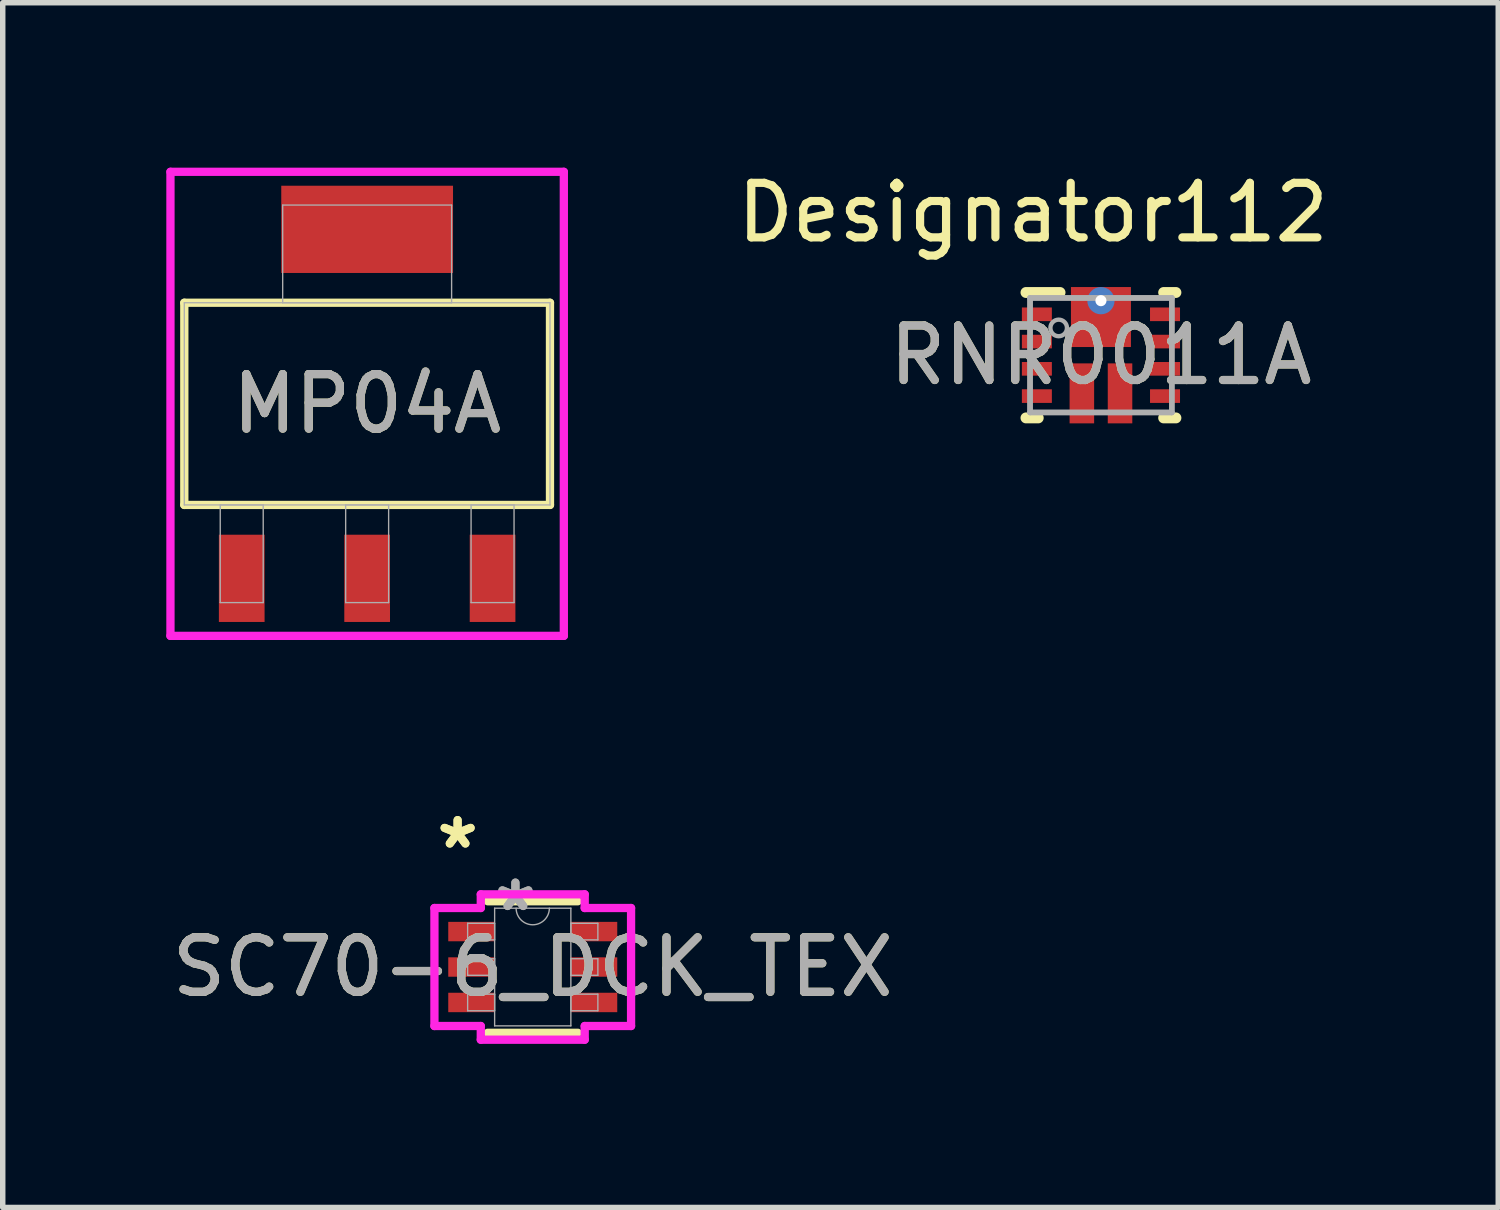
<source format=kicad_pcb>
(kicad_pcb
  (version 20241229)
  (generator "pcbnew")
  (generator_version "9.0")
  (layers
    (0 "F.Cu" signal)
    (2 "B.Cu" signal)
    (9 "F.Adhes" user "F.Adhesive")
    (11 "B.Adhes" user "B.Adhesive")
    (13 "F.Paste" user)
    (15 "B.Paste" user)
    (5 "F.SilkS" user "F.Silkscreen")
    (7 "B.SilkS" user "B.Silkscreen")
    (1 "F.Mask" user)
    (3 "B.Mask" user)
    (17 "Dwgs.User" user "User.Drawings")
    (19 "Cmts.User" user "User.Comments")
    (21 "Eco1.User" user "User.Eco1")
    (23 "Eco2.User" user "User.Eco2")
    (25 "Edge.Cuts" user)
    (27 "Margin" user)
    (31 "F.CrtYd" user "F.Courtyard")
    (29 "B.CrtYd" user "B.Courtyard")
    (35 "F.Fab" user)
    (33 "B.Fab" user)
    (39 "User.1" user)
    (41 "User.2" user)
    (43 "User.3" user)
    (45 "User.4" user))
  (footprint "SC70-6_DCK_TEX"
    (layer "F.Cu")
    (at 6.72 14.684)
    (property "Reference" "SC70-6_DCK_TEX" (at 0 0 0) (unlocked yes) (layer "F.SilkS") (effects (font (size 1 1) (thickness 0.15))))
    (attr smd)
    (fp_line (start -0.826 1.206) (end 0.826 1.206) (stroke (width 0.152) (type solid)) (layer "F.SilkS"))
    (fp_line (start 0.826 -1.206) (end -0.826 -1.206) (stroke (width 0.152) (type solid)) (layer "F.SilkS"))
    (fp_line (start -1.803 -1.082) (end -0.953 -1.082) (stroke (width 0.152) (type solid)) (layer "F.CrtYd"))
    (fp_line (start -1.803 1.082) (end -1.803 -1.082) (stroke (width 0.152) (type solid)) (layer "F.CrtYd"))
    (fp_line (start -1.803 1.082) (end -0.953 1.082) (stroke (width 0.152) (type solid)) (layer "F.CrtYd"))
    (fp_line (start -0.953 -1.333) (end 0.953 -1.333) (stroke (width 0.152) (type solid)) (layer "F.CrtYd"))
    (fp_line (start -0.953 -1.082) (end -0.953 -1.333) (stroke (width 0.152) (type solid)) (layer "F.CrtYd"))
    (fp_line (start -0.953 1.333) (end -0.953 1.082) (stroke (width 0.152) (type solid)) (layer "F.CrtYd"))
    (fp_line (start 0.953 -1.333) (end 0.953 -1.082) (stroke (width 0.152) (type solid)) (layer "F.CrtYd"))
    (fp_line (start 0.953 1.082) (end 0.953 1.333) (stroke (width 0.152) (type solid)) (layer "F.CrtYd"))
    (fp_line (start 0.953 1.333) (end -0.953 1.333) (stroke (width 0.152) (type solid)) (layer "F.CrtYd"))
    (fp_line (start 1.803 -1.082) (end 0.953 -1.082) (stroke (width 0.152) (type solid)) (layer "F.CrtYd"))
    (fp_line (start 1.803 -1.082) (end 1.803 1.082) (stroke (width 0.152) (type solid)) (layer "F.CrtYd"))
    (fp_line (start 1.803 1.082) (end 0.953 1.082) (stroke (width 0.152) (type solid)) (layer "F.CrtYd"))
    (fp_line (start -1.194 -0.802) (end -1.194 -0.498) (stroke (width 0.025) (type solid)) (layer "F.Fab"))
    (fp_line (start -1.194 -0.498) (end -0.699 -0.498) (stroke (width 0.025) (type solid)) (layer "F.Fab"))
    (fp_line (start -1.194 -0.152) (end -1.194 0.152) (stroke (width 0.025) (type solid)) (layer "F.Fab"))
    (fp_line (start -1.194 0.152) (end -0.699 0.152) (stroke (width 0.025) (type solid)) (layer "F.Fab"))
    (fp_line (start -1.194 0.498) (end -1.194 0.802) (stroke (width 0.025) (type solid)) (layer "F.Fab"))
    (fp_line (start -1.194 0.802) (end -0.699 0.802) (stroke (width 0.025) (type solid)) (layer "F.Fab"))
    (fp_line (start -0.699 -1.079) (end -0.699 1.079) (stroke (width 0.025) (type solid)) (layer "F.Fab"))
    (fp_line (start -0.699 -0.802) (end -1.194 -0.802) (stroke (width 0.025) (type solid)) (layer "F.Fab"))
    (fp_line (start -0.699 -0.498) (end -0.699 -0.802) (stroke (width 0.025) (type solid)) (layer "F.Fab"))
    (fp_line (start -0.699 -0.152) (end -1.194 -0.152) (stroke (width 0.025) (type solid)) (layer "F.Fab"))
    (fp_line (start -0.699 0.152) (end -0.699 -0.152) (stroke (width 0.025) (type solid)) (layer "F.Fab"))
    (fp_line (start -0.699 0.498) (end -1.194 0.498) (stroke (width 0.025) (type solid)) (layer "F.Fab"))
    (fp_line (start -0.699 0.802) (end -0.699 0.498) (stroke (width 0.025) (type solid)) (layer "F.Fab"))
    (fp_line (start -0.699 1.079) (end 0.699 1.079) (stroke (width 0.025) (type solid)) (layer "F.Fab"))
    (fp_line (start 0.699 -1.079) (end -0.699 -1.079) (stroke (width 0.025) (type solid)) (layer "F.Fab"))
    (fp_line (start 0.699 -0.802) (end 0.699 -0.498) (stroke (width 0.025) (type solid)) (layer "F.Fab"))
    (fp_line (start 0.699 -0.498) (end 1.194 -0.498) (stroke (width 0.025) (type solid)) (layer "F.Fab"))
    (fp_line (start 0.699 -0.152) (end 0.699 0.152) (stroke (width 0.025) (type solid)) (layer "F.Fab"))
    (fp_line (start 0.699 0.152) (end 1.194 0.152) (stroke (width 0.025) (type solid)) (layer "F.Fab"))
    (fp_line (start 0.699 0.498) (end 0.699 0.802) (stroke (width 0.025) (type solid)) (layer "F.Fab"))
    (fp_line (start 0.699 0.802) (end 1.194 0.802) (stroke (width 0.025) (type solid)) (layer "F.Fab"))
    (fp_line (start 0.699 1.079) (end 0.699 -1.079) (stroke (width 0.025) (type solid)) (layer "F.Fab"))
    (fp_line (start 1.194 -0.802) (end 0.699 -0.802) (stroke (width 0.025) (type solid)) (layer "F.Fab"))
    (fp_line (start 1.194 -0.498) (end 1.194 -0.802) (stroke (width 0.025) (type solid)) (layer "F.Fab"))
    (fp_line (start 1.194 -0.152) (end 0.699 -0.152) (stroke (width 0.025) (type solid)) (layer "F.Fab"))
    (fp_line (start 1.194 0.152) (end 1.194 -0.152) (stroke (width 0.025) (type solid)) (layer "F.Fab"))
    (fp_line (start 1.194 0.498) (end 0.699 0.498) (stroke (width 0.025) (type solid)) (layer "F.Fab"))
    (fp_line (start 1.194 0.802) (end 1.194 0.498) (stroke (width 0.025) (type solid)) (layer "F.Fab"))
    (fp_arc (start 0.3048 -1.0795) (mid 0 -0.7747) (end -0.3048 -1.0795) (stroke (width 0.0254) (type solid)) (layer "F.Fab"))
    (fp_text user "*" (at -1.378 -2.149 0) (layer "F.SilkS") (effects (font (size 1 1) (thickness 0.15))))
    (fp_text user "*" (at -1.378 -2.149 0) (unlocked yes) (layer "F.SilkS") (effects (font (size 1 1) (thickness 0.15))))
    (fp_text user "${REFERENCE}" (at 0 0 0) (unlocked yes) (layer "F.Fab") (effects (font (size 1 1) (thickness 0.15))))
    (fp_text user "*" (at -0.318 -1.003 0) (layer "F.Fab") (effects (font (size 1 1) (thickness 0.15))))
    (fp_text user "*" (at -0.318 -1.003 0) (unlocked yes) (layer "F.Fab") (effects (font (size 1 1) (thickness 0.15))))
    (pad "1" smd rect (at -1.124 -0.65) (size 0.851 0.356) (layers "F.Cu" "F.Mask" "F.Paste"))
    (pad "2" smd rect (at -1.124 0) (size 0.851 0.356) (layers "F.Cu" "F.Mask" "F.Paste"))
    (pad "3" smd rect (at -1.124 0.65) (size 0.851 0.356) (layers "F.Cu" "F.Mask" "F.Paste"))
    (pad "4" smd rect (at 1.124 0.65) (size 0.851 0.356) (layers "F.Cu" "F.Mask" "F.Paste"))
    (pad "5" smd rect (at 1.124 0) (size 0.851 0.356) (layers "F.Cu" "F.Mask" "F.Paste"))
    (pad "6" smd rect (at 1.124 -0.65) (size 0.851 0.356) (layers "F.Cu" "F.Mask" "F.Paste")))
  (footprint "RNR0011A"
    (layer "F.Cu")
    (at 17.14 3.464)
    (property "Reference" "RNR0011A" (at 0 0 0) (unlocked yes) (layer "F.SilkS") (effects (font (size 1 1) (thickness 0.15))))
    (attr smd)
    (fp_poly (pts (xy -0.45 -0.2) (xy -0.5 -0.25) (xy -0.5 -1.15) (xy -0.45 -1.2) (xy -0.3 -1.2) (xy -0.25 -1.15) (xy -0.25 -0.87) (xy -0.2 -0.82) (xy 0.2 -0.82) (xy 0.25 -0.87) (xy 0.25 -1.15) (xy 0.3 -1.2) (xy 0.45 -1.2) (xy 0.5 -1.15) (xy 0.5 -0.25) (xy 0.45 -0.2)) (stroke (width 0) (type solid)) (fill yes) (layer "F.Mask"))
    (fp_line (start -1.375 -1.15) (end -0.75 -1.15) (stroke (width 0.2) (type solid)) (layer "F.SilkS"))
    (fp_line (start -1.375 1.15) (end -1.15 1.15) (stroke (width 0.2) (type solid)) (layer "F.SilkS"))
    (fp_line (start 1.15 -1.15) (end 1.375 -1.15) (stroke (width 0.2) (type solid)) (layer "F.SilkS"))
    (fp_line (start 1.15 1.15) (end 1.375 1.15) (stroke (width 0.2) (type solid)) (layer "F.SilkS"))
    (fp_poly (pts (xy -0.525 1.2) (xy -0.175 1.2) (xy -0.175 0.28) (xy -0.525 0.28)) (stroke (width 0) (type solid)) (fill yes) (layer "F.Paste"))
    (fp_poly (pts (xy -0.5 -0.92) (xy -0.25 -0.92) (xy -0.25 -1.2) (xy -0.5 -1.2)) (stroke (width 0) (type solid)) (fill yes) (layer "F.Paste"))
    (fp_poly (pts (xy -0.5 -0.2) (xy 0.5 -0.2) (xy 0.5 -0.72) (xy -0.5 -0.72)) (stroke (width 0) (type solid)) (fill yes) (layer "F.Paste"))
    (fp_poly (pts (xy 0.175 1.2) (xy 0.525 1.2) (xy 0.525 0.28) (xy 0.175 0.28)) (stroke (width 0) (type solid)) (fill yes) (layer "F.Paste"))
    (fp_poly (pts (xy 0.25 -0.92) (xy 0.5 -0.92) (xy 0.5 -1.2) (xy 0.25 -1.2)) (stroke (width 0) (type solid)) (fill yes) (layer "F.Paste"))
    (fp_line (start -1.3 -1.05) (end 1.3 -1.05) (stroke (width 0.1) (type solid)) (layer "F.Fab"))
    (fp_line (start -1.3 -1.05) (end 1.3 -1.05) (stroke (width 0.1) (type solid)) (layer "F.Fab"))
    (fp_line (start -1.3 1.05) (end -1.3 -1.05) (stroke (width 0.1) (type solid)) (layer "F.Fab"))
    (fp_line (start -1.3 1.05) (end -1.3 -1.05) (stroke (width 0.1) (type solid)) (layer "F.Fab"))
    (fp_line (start -1.3 1.05) (end 1.3 1.05) (stroke (width 0.1) (type solid)) (layer "F.Fab"))
    (fp_line (start -1.3 1.05) (end 1.3 1.05) (stroke (width 0.1) (type solid)) (layer "F.Fab"))
    (fp_line (start 1.3 1.05) (end 1.3 -1.05) (stroke (width 0.1) (type solid)) (layer "F.Fab"))
    (fp_line (start 1.3 1.05) (end 1.3 -1.05) (stroke (width 0.1) (type solid)) (layer "F.Fab"))
    (fp_circle (center -0.775 -0.5) (end -0.623 -0.5) (stroke (width 0.08) (type solid)) (fill no) (layer "F.Fab"))
    (fp_text user "Designator112" (at -1.245 -2.616 0) (unlocked yes) (layer "F.SilkS") (effects (font (size 1 1) (thickness 0.15))))
    (fp_text user "${REFERENCE}" (at 0 0 0) (unlocked yes) (layer "F.Fab") (effects (font (size 1 1) (thickness 0.15))))
    (pad "1" smd rect (at -1.175 -0.75) (size 0.55 0.25) (layers "F.Cu" "F.Mask" "F.Paste"))
    (pad "2" smd rect (at -1.175 -0.25) (size 0.55 0.25) (layers "F.Cu" "F.Mask" "F.Paste"))
    (pad "3" smd rect (at -1.175 0.25) (size 0.55 0.25) (layers "F.Cu" "F.Mask" "F.Paste"))
    (pad "4" smd rect (at -1.175 0.75) (size 0.55 0.25) (layers "F.Cu" "F.Mask" "F.Paste"))
    (pad "5" smd rect (at -0.35 0.7 90) (size 1.1 0.45) (layers "F.Cu" "F.Mask"))
    (pad "6" smd rect (at 0.35 0.7 90) (size 1.1 0.45) (layers "F.Cu" "F.Mask"))
    (pad "7" smd rect (at 1.175 0.75) (size 0.55 0.25) (layers "F.Cu" "F.Mask" "F.Paste"))
    (pad "8" smd rect (at 1.175 0.25) (size 0.55 0.25) (layers "F.Cu" "F.Mask" "F.Paste"))
    (pad "9" smd rect (at 1.175 -0.25) (size 0.55 0.25) (layers "F.Cu" "F.Mask" "F.Paste"))
    (pad "10" smd rect (at 1.175 -0.75) (size 0.55 0.25) (layers "F.Cu" "F.Mask" "F.Paste"))
    (pad "11" smd rect (at 0 -0.7) (size 1.1 1.1) (layers "F.Cu"))
    (pad "V" thru_hole circle (at 0 -1) (size 0.5 0.5) (drill 0.203) (layers "*.Cu" "*.Mask")))
  (footprint "MP04A"
    (layer "F.Cu")
    (at 3.683 4.356)
    (property "Reference" "MP04A" (at 0 0 0) (unlocked yes) (layer "F.SilkS") (effects (font (size 1 1) (thickness 0.15))))
    (attr smd)
    (fp_poly (pts (xy 1.575 -4) (xy -1.575 -4) (xy -1.575 -2.4) (xy 1.575 -2.4)) (stroke (width 0) (type solid)) (fill yes) (layer "F.Cu"))
    (fp_poly (pts (xy 1.6 -4.356) (xy -1.6 -4.356) (xy -1.6 -2.045) (xy 1.6 -2.045)) (stroke (width 0) (type solid)) (fill yes) (layer "F.Mask"))
    (fp_line (start -3.353 -1.854) (end -3.353 1.854) (stroke (width 0.152) (type solid)) (layer "F.SilkS"))
    (fp_line (start -3.353 1.854) (end 3.353 1.854) (stroke (width 0.152) (type solid)) (layer "F.SilkS"))
    (fp_line (start 3.353 -1.854) (end -3.353 -1.854) (stroke (width 0.152) (type solid)) (layer "F.SilkS"))
    (fp_line (start 3.353 1.854) (end 3.353 -1.854) (stroke (width 0.152) (type solid)) (layer "F.SilkS"))
    (fp_poly (pts (xy 1.575 -4) (xy -1.575 -4) (xy -1.575 -2.4) (xy 1.575 -2.4)) (stroke (width 0) (type solid)) (fill yes) (layer "F.Paste"))
    (fp_line (start -3.607 -4.255) (end 3.607 -4.255) (stroke (width 0.152) (type solid)) (layer "F.CrtYd"))
    (fp_line (start -3.607 4.255) (end -3.607 -4.255) (stroke (width 0.152) (type solid)) (layer "F.CrtYd"))
    (fp_line (start 3.607 -4.255) (end 3.607 4.255) (stroke (width 0.152) (type solid)) (layer "F.CrtYd"))
    (fp_line (start 3.607 4.255) (end -3.607 4.255) (stroke (width 0.152) (type solid)) (layer "F.CrtYd"))
    (fp_line (start -3.353 -1.854) (end -3.353 1.854) (stroke (width 0.025) (type solid)) (layer "F.Fab"))
    (fp_line (start -3.353 1.854) (end 3.353 1.854) (stroke (width 0.025) (type solid)) (layer "F.Fab"))
    (fp_line (start -2.694 1.854) (end -2.694 3.645) (stroke (width 0.025) (type solid)) (layer "F.Fab"))
    (fp_line (start -2.694 3.645) (end -1.906 3.645) (stroke (width 0.025) (type solid)) (layer "F.Fab"))
    (fp_line (start -1.906 1.854) (end -2.694 1.854) (stroke (width 0.025) (type solid)) (layer "F.Fab"))
    (fp_line (start -1.906 3.645) (end -1.906 1.854) (stroke (width 0.025) (type solid)) (layer "F.Fab"))
    (fp_line (start -1.549 -3.645) (end -1.549 -1.854) (stroke (width 0.025) (type solid)) (layer "F.Fab"))
    (fp_line (start -1.549 -1.854) (end 1.549 -1.854) (stroke (width 0.025) (type solid)) (layer "F.Fab"))
    (fp_line (start -0.394 1.854) (end -0.394 3.645) (stroke (width 0.025) (type solid)) (layer "F.Fab"))
    (fp_line (start -0.394 3.645) (end 0.394 3.645) (stroke (width 0.025) (type solid)) (layer "F.Fab"))
    (fp_line (start 0.394 1.854) (end -0.394 1.854) (stroke (width 0.025) (type solid)) (layer "F.Fab"))
    (fp_line (start 0.394 3.645) (end 0.394 1.854) (stroke (width 0.025) (type solid)) (layer "F.Fab"))
    (fp_line (start 1.549 -3.645) (end -1.549 -3.645) (stroke (width 0.025) (type solid)) (layer "F.Fab"))
    (fp_line (start 1.549 -1.854) (end 1.549 -3.645) (stroke (width 0.025) (type solid)) (layer "F.Fab"))
    (fp_line (start 1.906 1.854) (end 1.906 3.645) (stroke (width 0.025) (type solid)) (layer "F.Fab"))
    (fp_line (start 1.906 3.645) (end 2.694 3.645) (stroke (width 0.025) (type solid)) (layer "F.Fab"))
    (fp_line (start 2.694 1.854) (end 1.906 1.854) (stroke (width 0.025) (type solid)) (layer "F.Fab"))
    (fp_line (start 2.694 3.645) (end 2.694 1.854) (stroke (width 0.025) (type solid)) (layer "F.Fab"))
    (fp_line (start 3.353 -1.854) (end -3.353 -1.854) (stroke (width 0.025) (type solid)) (layer "F.Fab"))
    (fp_line (start 3.353 1.854) (end 3.353 -1.854) (stroke (width 0.025) (type solid)) (layer "F.Fab"))
    (fp_text user "${REFERENCE}" (at 0 0 0) (unlocked yes) (layer "F.Fab") (effects (font (size 1 1) (thickness 0.15))))
    (pad "1" smd rect (at -2.3 3.2) (size 0.838 1.6) (layers "F.Cu" "F.Mask" "F.Paste"))
    (pad "2" smd rect (at 0 3.2) (size 0.838 1.6) (layers "F.Cu" "F.Mask" "F.Paste"))
    (pad "3" smd rect (at 2.3 3.2) (size 0.838 1.6) (layers "F.Cu" "F.Mask" "F.Paste")))
  (gr_rect
    (start -3 -3)
    (end 24.426 19.093)
    (stroke (width 0.1) (type default))
    (fill no)
    (layer "Edge.Cuts")))
</source>
